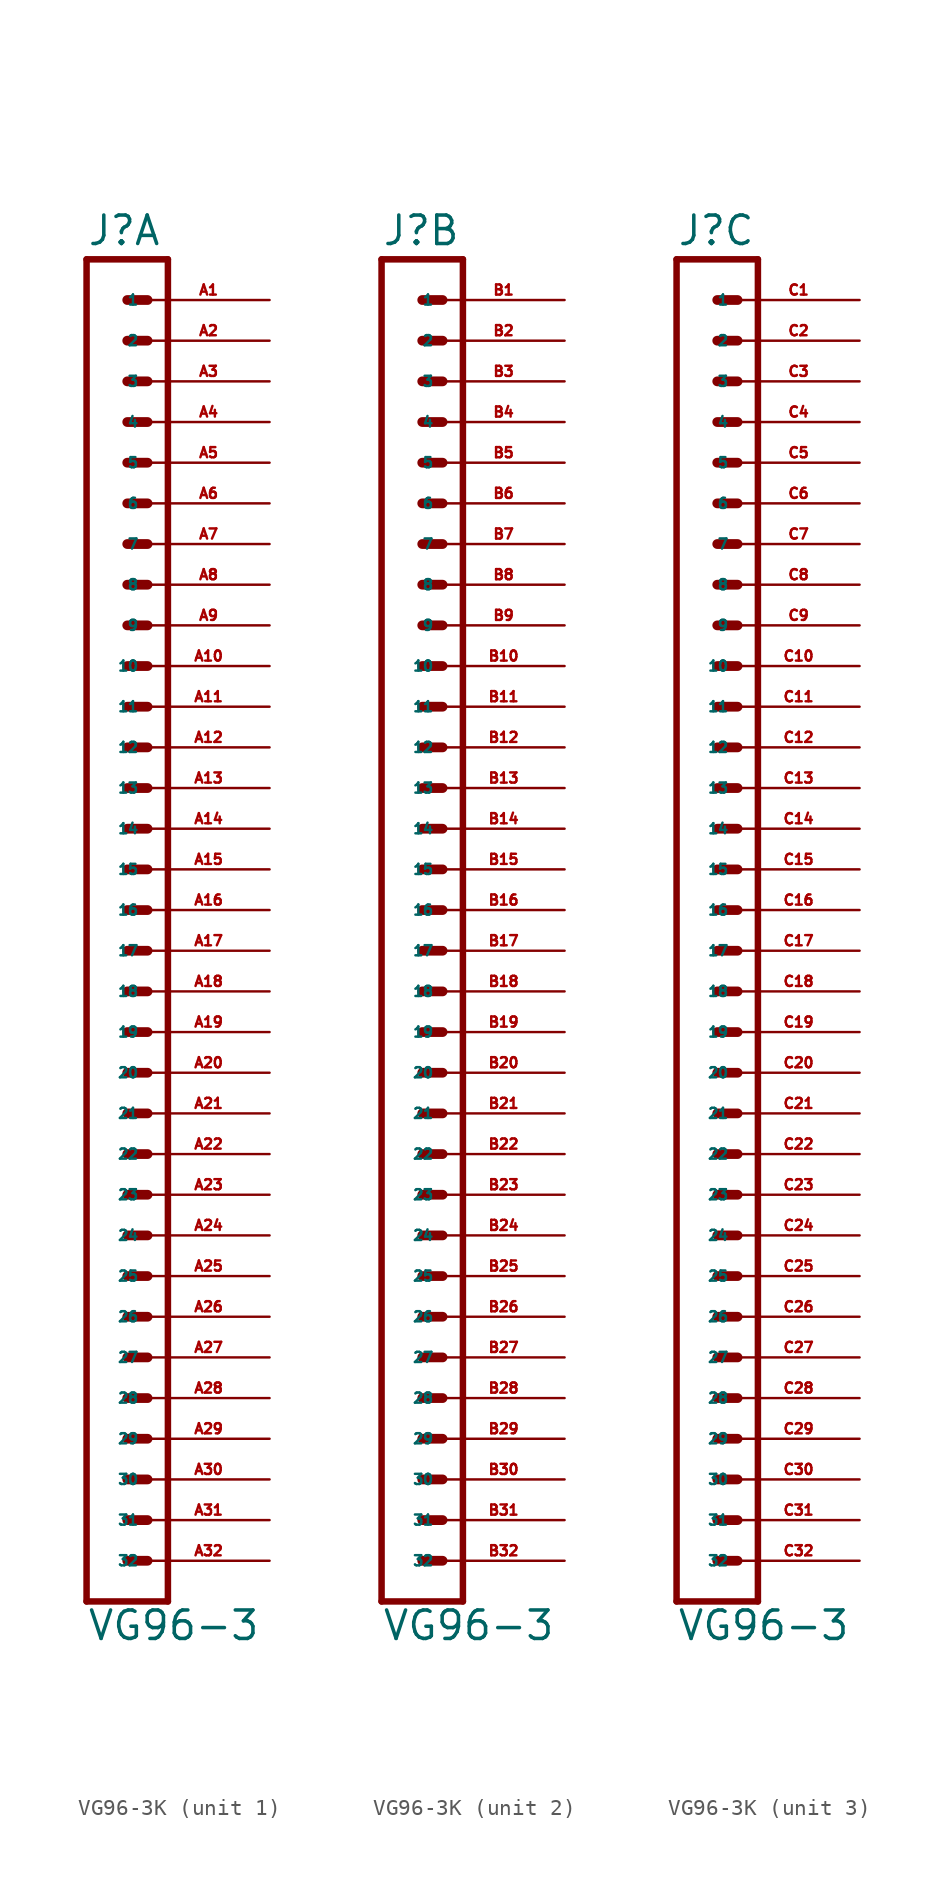
<source format=kicad_sym>
(kicad_symbol_lib
  (version 20220914)
  (generator Eagle2Kicad)
  (symbol "VG96-3K"
    (property "Reference" "J"
      (at -1.27 41.402 0)
      (effects (font (size 1.778 1.778) (thickness 0.22)) (justify left bottom)))
    (property "Value" "VG96-3"
      (at -1.27 -45.72 0)
      (effects (font (size 1.778 1.778) (thickness 0.22)) (justify left bottom)))
    (symbol "VG96-3K_1_0"
      (polyline (pts (xy 3.81 -43.18) (xy -1.27 -43.18)) (stroke (width 0.406) (type default)) (fill (type none)))
      (polyline (pts (xy -1.27 40.64) (xy -1.27 -43.18)) (stroke (width 0.406) (type default)) (fill (type none)))
      (polyline (pts (xy -1.27 40.64) (xy 3.81 40.64)) (stroke (width 0.406) (type default)) (fill (type none)))
      (polyline (pts (xy 3.81 -43.18) (xy 3.81 40.64)) (stroke (width 0.406) (type default)) (fill (type none)))
      (polyline (pts (xy 1.27 -40.64) (xy 2.54 -40.64)) (stroke (width 0.61) (type default)) (fill (type none)))
      (polyline (pts (xy 1.27 -38.1) (xy 2.54 -38.1)) (stroke (width 0.61) (type default)) (fill (type none)))
      (polyline (pts (xy 1.27 -35.56) (xy 2.54 -35.56)) (stroke (width 0.61) (type default)) (fill (type none)))
      (polyline (pts (xy 1.27 -33.02) (xy 2.54 -33.02)) (stroke (width 0.61) (type default)) (fill (type none)))
      (polyline (pts (xy 1.27 -30.48) (xy 2.54 -30.48)) (stroke (width 0.61) (type default)) (fill (type none)))
      (polyline (pts (xy 1.27 -27.94) (xy 2.54 -27.94)) (stroke (width 0.61) (type default)) (fill (type none)))
      (polyline (pts (xy 1.27 -25.4) (xy 2.54 -25.4)) (stroke (width 0.61) (type default)) (fill (type none)))
      (polyline (pts (xy 1.27 -22.86) (xy 2.54 -22.86)) (stroke (width 0.61) (type default)) (fill (type none)))
      (polyline (pts (xy 1.27 -20.32) (xy 2.54 -20.32)) (stroke (width 0.61) (type default)) (fill (type none)))
      (polyline (pts (xy 1.27 -17.78) (xy 2.54 -17.78)) (stroke (width 0.61) (type default)) (fill (type none)))
      (polyline (pts (xy 1.27 -15.24) (xy 2.54 -15.24)) (stroke (width 0.61) (type default)) (fill (type none)))
      (polyline (pts (xy 1.27 -12.7) (xy 2.54 -12.7)) (stroke (width 0.61) (type default)) (fill (type none)))
      (polyline (pts (xy 1.27 -10.16) (xy 2.54 -10.16)) (stroke (width 0.61) (type default)) (fill (type none)))
      (polyline (pts (xy 1.27 -7.62) (xy 2.54 -7.62)) (stroke (width 0.61) (type default)) (fill (type none)))
      (polyline (pts (xy 1.27 -5.08) (xy 2.54 -5.08)) (stroke (width 0.61) (type default)) (fill (type none)))
      (polyline (pts (xy 1.27 -2.54) (xy 2.54 -2.54)) (stroke (width 0.61) (type default)) (fill (type none)))
      (polyline (pts (xy 1.27 0) (xy 2.54 0)) (stroke (width 0.61) (type default)) (fill (type none)))
      (polyline (pts (xy 1.27 2.54) (xy 2.54 2.54)) (stroke (width 0.61) (type default)) (fill (type none)))
      (polyline (pts (xy 1.27 5.08) (xy 2.54 5.08)) (stroke (width 0.61) (type default)) (fill (type none)))
      (polyline (pts (xy 1.27 7.62) (xy 2.54 7.62)) (stroke (width 0.61) (type default)) (fill (type none)))
      (polyline (pts (xy 1.27 10.16) (xy 2.54 10.16)) (stroke (width 0.61) (type default)) (fill (type none)))
      (polyline (pts (xy 1.27 12.7) (xy 2.54 12.7)) (stroke (width 0.61) (type default)) (fill (type none)))
      (polyline (pts (xy 1.27 15.24) (xy 2.54 15.24)) (stroke (width 0.61) (type default)) (fill (type none)))
      (polyline (pts (xy 1.27 17.78) (xy 2.54 17.78)) (stroke (width 0.61) (type default)) (fill (type none)))
      (polyline (pts (xy 1.27 20.32) (xy 2.54 20.32)) (stroke (width 0.61) (type default)) (fill (type none)))
      (polyline (pts (xy 1.27 22.86) (xy 2.54 22.86)) (stroke (width 0.61) (type default)) (fill (type none)))
      (polyline (pts (xy 1.27 25.4) (xy 2.54 25.4)) (stroke (width 0.61) (type default)) (fill (type none)))
      (polyline (pts (xy 1.27 27.94) (xy 2.54 27.94)) (stroke (width 0.61) (type default)) (fill (type none)))
      (polyline (pts (xy 1.27 30.48) (xy 2.54 30.48)) (stroke (width 0.61) (type default)) (fill (type none)))
      (polyline (pts (xy 1.27 33.02) (xy 2.54 33.02)) (stroke (width 0.61) (type default)) (fill (type none)))
      (polyline (pts (xy 1.27 35.56) (xy 2.54 35.56)) (stroke (width 0.61) (type default)) (fill (type none)))
      (polyline (pts (xy 1.27 38.1) (xy 2.54 38.1)) (stroke (width 0.61) (type default)) (fill (type none)))
      (pin passive line (at 10.16 38.1 180) (length 7.62) (name "1" (effects (font (size 0.635 0.635) (thickness 0.08)) (justify left bottom))) (number "A1" (effects (font (size 0.635 0.635) (thickness 0.08)) (justify left bottom))))
      (pin passive line (at 10.16 35.56 180) (length 7.62) (name "2" (effects (font (size 0.635 0.635) (thickness 0.08)) (justify left bottom))) (number "A2" (effects (font (size 0.635 0.635) (thickness 0.08)) (justify left bottom))))
      (pin passive line (at 10.16 33.02 180) (length 7.62) (name "3" (effects (font (size 0.635 0.635) (thickness 0.08)) (justify left bottom))) (number "A3" (effects (font (size 0.635 0.635) (thickness 0.08)) (justify left bottom))))
      (pin passive line (at 10.16 30.48 180) (length 7.62) (name "4" (effects (font (size 0.635 0.635) (thickness 0.08)) (justify left bottom))) (number "A4" (effects (font (size 0.635 0.635) (thickness 0.08)) (justify left bottom))))
      (pin passive line (at 10.16 27.94 180) (length 7.62) (name "5" (effects (font (size 0.635 0.635) (thickness 0.08)) (justify left bottom))) (number "A5" (effects (font (size 0.635 0.635) (thickness 0.08)) (justify left bottom))))
      (pin passive line (at 10.16 25.4 180) (length 7.62) (name "6" (effects (font (size 0.635 0.635) (thickness 0.08)) (justify left bottom))) (number "A6" (effects (font (size 0.635 0.635) (thickness 0.08)) (justify left bottom))))
      (pin passive line (at 10.16 22.86 180) (length 7.62) (name "7" (effects (font (size 0.635 0.635) (thickness 0.08)) (justify left bottom))) (number "A7" (effects (font (size 0.635 0.635) (thickness 0.08)) (justify left bottom))))
      (pin passive line (at 10.16 20.32 180) (length 7.62) (name "8" (effects (font (size 0.635 0.635) (thickness 0.08)) (justify left bottom))) (number "A8" (effects (font (size 0.635 0.635) (thickness 0.08)) (justify left bottom))))
      (pin passive line (at 10.16 17.78 180) (length 7.62) (name "9" (effects (font (size 0.635 0.635) (thickness 0.08)) (justify left bottom))) (number "A9" (effects (font (size 0.635 0.635) (thickness 0.08)) (justify left bottom))))
      (pin passive line (at 10.16 15.24 180) (length 7.62) (name "10" (effects (font (size 0.635 0.635) (thickness 0.08)) (justify left bottom))) (number "A10" (effects (font (size 0.635 0.635) (thickness 0.08)) (justify left bottom))))
      (pin passive line (at 10.16 12.7 180) (length 7.62) (name "11" (effects (font (size 0.635 0.635) (thickness 0.08)) (justify left bottom))) (number "A11" (effects (font (size 0.635 0.635) (thickness 0.08)) (justify left bottom))))
      (pin passive line (at 10.16 10.16 180) (length 7.62) (name "12" (effects (font (size 0.635 0.635) (thickness 0.08)) (justify left bottom))) (number "A12" (effects (font (size 0.635 0.635) (thickness 0.08)) (justify left bottom))))
      (pin passive line (at 10.16 7.62 180) (length 7.62) (name "13" (effects (font (size 0.635 0.635) (thickness 0.08)) (justify left bottom))) (number "A13" (effects (font (size 0.635 0.635) (thickness 0.08)) (justify left bottom))))
      (pin passive line (at 10.16 5.08 180) (length 7.62) (name "14" (effects (font (size 0.635 0.635) (thickness 0.08)) (justify left bottom))) (number "A14" (effects (font (size 0.635 0.635) (thickness 0.08)) (justify left bottom))))
      (pin passive line (at 10.16 2.54 180) (length 7.62) (name "15" (effects (font (size 0.635 0.635) (thickness 0.08)) (justify left bottom))) (number "A15" (effects (font (size 0.635 0.635) (thickness 0.08)) (justify left bottom))))
      (pin passive line (at 10.16 0 180) (length 7.62) (name "16" (effects (font (size 0.635 0.635) (thickness 0.08)) (justify left bottom))) (number "A16" (effects (font (size 0.635 0.635) (thickness 0.08)) (justify left bottom))))
      (pin passive line (at 10.16 -2.54 180) (length 7.62) (name "17" (effects (font (size 0.635 0.635) (thickness 0.08)) (justify left bottom))) (number "A17" (effects (font (size 0.635 0.635) (thickness 0.08)) (justify left bottom))))
      (pin passive line (at 10.16 -5.08 180) (length 7.62) (name "18" (effects (font (size 0.635 0.635) (thickness 0.08)) (justify left bottom))) (number "A18" (effects (font (size 0.635 0.635) (thickness 0.08)) (justify left bottom))))
      (pin passive line (at 10.16 -7.62 180) (length 7.62) (name "19" (effects (font (size 0.635 0.635) (thickness 0.08)) (justify left bottom))) (number "A19" (effects (font (size 0.635 0.635) (thickness 0.08)) (justify left bottom))))
      (pin passive line (at 10.16 -10.16 180) (length 7.62) (name "20" (effects (font (size 0.635 0.635) (thickness 0.08)) (justify left bottom))) (number "A20" (effects (font (size 0.635 0.635) (thickness 0.08)) (justify left bottom))))
      (pin passive line (at 10.16 -12.7 180) (length 7.62) (name "21" (effects (font (size 0.635 0.635) (thickness 0.08)) (justify left bottom))) (number "A21" (effects (font (size 0.635 0.635) (thickness 0.08)) (justify left bottom))))
      (pin passive line (at 10.16 -15.24 180) (length 7.62) (name "22" (effects (font (size 0.635 0.635) (thickness 0.08)) (justify left bottom))) (number "A22" (effects (font (size 0.635 0.635) (thickness 0.08)) (justify left bottom))))
      (pin passive line (at 10.16 -17.78 180) (length 7.62) (name "23" (effects (font (size 0.635 0.635) (thickness 0.08)) (justify left bottom))) (number "A23" (effects (font (size 0.635 0.635) (thickness 0.08)) (justify left bottom))))
      (pin passive line (at 10.16 -20.32 180) (length 7.62) (name "24" (effects (font (size 0.635 0.635) (thickness 0.08)) (justify left bottom))) (number "A24" (effects (font (size 0.635 0.635) (thickness 0.08)) (justify left bottom))))
      (pin passive line (at 10.16 -22.86 180) (length 7.62) (name "25" (effects (font (size 0.635 0.635) (thickness 0.08)) (justify left bottom))) (number "A25" (effects (font (size 0.635 0.635) (thickness 0.08)) (justify left bottom))))
      (pin passive line (at 10.16 -25.4 180) (length 7.62) (name "26" (effects (font (size 0.635 0.635) (thickness 0.08)) (justify left bottom))) (number "A26" (effects (font (size 0.635 0.635) (thickness 0.08)) (justify left bottom))))
      (pin passive line (at 10.16 -27.94 180) (length 7.62) (name "27" (effects (font (size 0.635 0.635) (thickness 0.08)) (justify left bottom))) (number "A27" (effects (font (size 0.635 0.635) (thickness 0.08)) (justify left bottom))))
      (pin passive line (at 10.16 -30.48 180) (length 7.62) (name "28" (effects (font (size 0.635 0.635) (thickness 0.08)) (justify left bottom))) (number "A28" (effects (font (size 0.635 0.635) (thickness 0.08)) (justify left bottom))))
      (pin passive line (at 10.16 -33.02 180) (length 7.62) (name "29" (effects (font (size 0.635 0.635) (thickness 0.08)) (justify left bottom))) (number "A29" (effects (font (size 0.635 0.635) (thickness 0.08)) (justify left bottom))))
      (pin passive line (at 10.16 -35.56 180) (length 7.62) (name "30" (effects (font (size 0.635 0.635) (thickness 0.08)) (justify left bottom))) (number "A30" (effects (font (size 0.635 0.635) (thickness 0.08)) (justify left bottom))))
      (pin passive line (at 10.16 -38.1 180) (length 7.62) (name "31" (effects (font (size 0.635 0.635) (thickness 0.08)) (justify left bottom))) (number "A31" (effects (font (size 0.635 0.635) (thickness 0.08)) (justify left bottom))))
      (pin passive line (at 10.16 -40.64 180) (length 7.62) (name "32" (effects (font (size 0.635 0.635) (thickness 0.08)) (justify left bottom))) (number "A32" (effects (font (size 0.635 0.635) (thickness 0.08)) (justify left bottom)))))
    (symbol "VG96-3K_2_0"
      (polyline (pts (xy 3.81 -43.18) (xy -1.27 -43.18)) (stroke (width 0.406) (type default)) (fill (type none)))
      (polyline (pts (xy -1.27 40.64) (xy -1.27 -43.18)) (stroke (width 0.406) (type default)) (fill (type none)))
      (polyline (pts (xy -1.27 40.64) (xy 3.81 40.64)) (stroke (width 0.406) (type default)) (fill (type none)))
      (polyline (pts (xy 3.81 -43.18) (xy 3.81 40.64)) (stroke (width 0.406) (type default)) (fill (type none)))
      (polyline (pts (xy 1.27 -40.64) (xy 2.54 -40.64)) (stroke (width 0.61) (type default)) (fill (type none)))
      (polyline (pts (xy 1.27 -38.1) (xy 2.54 -38.1)) (stroke (width 0.61) (type default)) (fill (type none)))
      (polyline (pts (xy 1.27 -35.56) (xy 2.54 -35.56)) (stroke (width 0.61) (type default)) (fill (type none)))
      (polyline (pts (xy 1.27 -33.02) (xy 2.54 -33.02)) (stroke (width 0.61) (type default)) (fill (type none)))
      (polyline (pts (xy 1.27 -30.48) (xy 2.54 -30.48)) (stroke (width 0.61) (type default)) (fill (type none)))
      (polyline (pts (xy 1.27 -27.94) (xy 2.54 -27.94)) (stroke (width 0.61) (type default)) (fill (type none)))
      (polyline (pts (xy 1.27 -25.4) (xy 2.54 -25.4)) (stroke (width 0.61) (type default)) (fill (type none)))
      (polyline (pts (xy 1.27 -22.86) (xy 2.54 -22.86)) (stroke (width 0.61) (type default)) (fill (type none)))
      (polyline (pts (xy 1.27 -20.32) (xy 2.54 -20.32)) (stroke (width 0.61) (type default)) (fill (type none)))
      (polyline (pts (xy 1.27 -17.78) (xy 2.54 -17.78)) (stroke (width 0.61) (type default)) (fill (type none)))
      (polyline (pts (xy 1.27 -15.24) (xy 2.54 -15.24)) (stroke (width 0.61) (type default)) (fill (type none)))
      (polyline (pts (xy 1.27 -12.7) (xy 2.54 -12.7)) (stroke (width 0.61) (type default)) (fill (type none)))
      (polyline (pts (xy 1.27 -10.16) (xy 2.54 -10.16)) (stroke (width 0.61) (type default)) (fill (type none)))
      (polyline (pts (xy 1.27 -7.62) (xy 2.54 -7.62)) (stroke (width 0.61) (type default)) (fill (type none)))
      (polyline (pts (xy 1.27 -5.08) (xy 2.54 -5.08)) (stroke (width 0.61) (type default)) (fill (type none)))
      (polyline (pts (xy 1.27 -2.54) (xy 2.54 -2.54)) (stroke (width 0.61) (type default)) (fill (type none)))
      (polyline (pts (xy 1.27 0) (xy 2.54 0)) (stroke (width 0.61) (type default)) (fill (type none)))
      (polyline (pts (xy 1.27 2.54) (xy 2.54 2.54)) (stroke (width 0.61) (type default)) (fill (type none)))
      (polyline (pts (xy 1.27 5.08) (xy 2.54 5.08)) (stroke (width 0.61) (type default)) (fill (type none)))
      (polyline (pts (xy 1.27 7.62) (xy 2.54 7.62)) (stroke (width 0.61) (type default)) (fill (type none)))
      (polyline (pts (xy 1.27 10.16) (xy 2.54 10.16)) (stroke (width 0.61) (type default)) (fill (type none)))
      (polyline (pts (xy 1.27 12.7) (xy 2.54 12.7)) (stroke (width 0.61) (type default)) (fill (type none)))
      (polyline (pts (xy 1.27 15.24) (xy 2.54 15.24)) (stroke (width 0.61) (type default)) (fill (type none)))
      (polyline (pts (xy 1.27 17.78) (xy 2.54 17.78)) (stroke (width 0.61) (type default)) (fill (type none)))
      (polyline (pts (xy 1.27 20.32) (xy 2.54 20.32)) (stroke (width 0.61) (type default)) (fill (type none)))
      (polyline (pts (xy 1.27 22.86) (xy 2.54 22.86)) (stroke (width 0.61) (type default)) (fill (type none)))
      (polyline (pts (xy 1.27 25.4) (xy 2.54 25.4)) (stroke (width 0.61) (type default)) (fill (type none)))
      (polyline (pts (xy 1.27 27.94) (xy 2.54 27.94)) (stroke (width 0.61) (type default)) (fill (type none)))
      (polyline (pts (xy 1.27 30.48) (xy 2.54 30.48)) (stroke (width 0.61) (type default)) (fill (type none)))
      (polyline (pts (xy 1.27 33.02) (xy 2.54 33.02)) (stroke (width 0.61) (type default)) (fill (type none)))
      (polyline (pts (xy 1.27 35.56) (xy 2.54 35.56)) (stroke (width 0.61) (type default)) (fill (type none)))
      (polyline (pts (xy 1.27 38.1) (xy 2.54 38.1)) (stroke (width 0.61) (type default)) (fill (type none)))
      (pin passive line (at 10.16 38.1 180) (length 7.62) (name "1" (effects (font (size 0.635 0.635) (thickness 0.08)) (justify left bottom))) (number "B1" (effects (font (size 0.635 0.635) (thickness 0.08)) (justify left bottom))))
      (pin passive line (at 10.16 35.56 180) (length 7.62) (name "2" (effects (font (size 0.635 0.635) (thickness 0.08)) (justify left bottom))) (number "B2" (effects (font (size 0.635 0.635) (thickness 0.08)) (justify left bottom))))
      (pin passive line (at 10.16 33.02 180) (length 7.62) (name "3" (effects (font (size 0.635 0.635) (thickness 0.08)) (justify left bottom))) (number "B3" (effects (font (size 0.635 0.635) (thickness 0.08)) (justify left bottom))))
      (pin passive line (at 10.16 30.48 180) (length 7.62) (name "4" (effects (font (size 0.635 0.635) (thickness 0.08)) (justify left bottom))) (number "B4" (effects (font (size 0.635 0.635) (thickness 0.08)) (justify left bottom))))
      (pin passive line (at 10.16 27.94 180) (length 7.62) (name "5" (effects (font (size 0.635 0.635) (thickness 0.08)) (justify left bottom))) (number "B5" (effects (font (size 0.635 0.635) (thickness 0.08)) (justify left bottom))))
      (pin passive line (at 10.16 25.4 180) (length 7.62) (name "6" (effects (font (size 0.635 0.635) (thickness 0.08)) (justify left bottom))) (number "B6" (effects (font (size 0.635 0.635) (thickness 0.08)) (justify left bottom))))
      (pin passive line (at 10.16 22.86 180) (length 7.62) (name "7" (effects (font (size 0.635 0.635) (thickness 0.08)) (justify left bottom))) (number "B7" (effects (font (size 0.635 0.635) (thickness 0.08)) (justify left bottom))))
      (pin passive line (at 10.16 20.32 180) (length 7.62) (name "8" (effects (font (size 0.635 0.635) (thickness 0.08)) (justify left bottom))) (number "B8" (effects (font (size 0.635 0.635) (thickness 0.08)) (justify left bottom))))
      (pin passive line (at 10.16 17.78 180) (length 7.62) (name "9" (effects (font (size 0.635 0.635) (thickness 0.08)) (justify left bottom))) (number "B9" (effects (font (size 0.635 0.635) (thickness 0.08)) (justify left bottom))))
      (pin passive line (at 10.16 15.24 180) (length 7.62) (name "10" (effects (font (size 0.635 0.635) (thickness 0.08)) (justify left bottom))) (number "B10" (effects (font (size 0.635 0.635) (thickness 0.08)) (justify left bottom))))
      (pin passive line (at 10.16 12.7 180) (length 7.62) (name "11" (effects (font (size 0.635 0.635) (thickness 0.08)) (justify left bottom))) (number "B11" (effects (font (size 0.635 0.635) (thickness 0.08)) (justify left bottom))))
      (pin passive line (at 10.16 10.16 180) (length 7.62) (name "12" (effects (font (size 0.635 0.635) (thickness 0.08)) (justify left bottom))) (number "B12" (effects (font (size 0.635 0.635) (thickness 0.08)) (justify left bottom))))
      (pin passive line (at 10.16 7.62 180) (length 7.62) (name "13" (effects (font (size 0.635 0.635) (thickness 0.08)) (justify left bottom))) (number "B13" (effects (font (size 0.635 0.635) (thickness 0.08)) (justify left bottom))))
      (pin passive line (at 10.16 5.08 180) (length 7.62) (name "14" (effects (font (size 0.635 0.635) (thickness 0.08)) (justify left bottom))) (number "B14" (effects (font (size 0.635 0.635) (thickness 0.08)) (justify left bottom))))
      (pin passive line (at 10.16 2.54 180) (length 7.62) (name "15" (effects (font (size 0.635 0.635) (thickness 0.08)) (justify left bottom))) (number "B15" (effects (font (size 0.635 0.635) (thickness 0.08)) (justify left bottom))))
      (pin passive line (at 10.16 0 180) (length 7.62) (name "16" (effects (font (size 0.635 0.635) (thickness 0.08)) (justify left bottom))) (number "B16" (effects (font (size 0.635 0.635) (thickness 0.08)) (justify left bottom))))
      (pin passive line (at 10.16 -2.54 180) (length 7.62) (name "17" (effects (font (size 0.635 0.635) (thickness 0.08)) (justify left bottom))) (number "B17" (effects (font (size 0.635 0.635) (thickness 0.08)) (justify left bottom))))
      (pin passive line (at 10.16 -5.08 180) (length 7.62) (name "18" (effects (font (size 0.635 0.635) (thickness 0.08)) (justify left bottom))) (number "B18" (effects (font (size 0.635 0.635) (thickness 0.08)) (justify left bottom))))
      (pin passive line (at 10.16 -7.62 180) (length 7.62) (name "19" (effects (font (size 0.635 0.635) (thickness 0.08)) (justify left bottom))) (number "B19" (effects (font (size 0.635 0.635) (thickness 0.08)) (justify left bottom))))
      (pin passive line (at 10.16 -10.16 180) (length 7.62) (name "20" (effects (font (size 0.635 0.635) (thickness 0.08)) (justify left bottom))) (number "B20" (effects (font (size 0.635 0.635) (thickness 0.08)) (justify left bottom))))
      (pin passive line (at 10.16 -12.7 180) (length 7.62) (name "21" (effects (font (size 0.635 0.635) (thickness 0.08)) (justify left bottom))) (number "B21" (effects (font (size 0.635 0.635) (thickness 0.08)) (justify left bottom))))
      (pin passive line (at 10.16 -15.24 180) (length 7.62) (name "22" (effects (font (size 0.635 0.635) (thickness 0.08)) (justify left bottom))) (number "B22" (effects (font (size 0.635 0.635) (thickness 0.08)) (justify left bottom))))
      (pin passive line (at 10.16 -17.78 180) (length 7.62) (name "23" (effects (font (size 0.635 0.635) (thickness 0.08)) (justify left bottom))) (number "B23" (effects (font (size 0.635 0.635) (thickness 0.08)) (justify left bottom))))
      (pin passive line (at 10.16 -20.32 180) (length 7.62) (name "24" (effects (font (size 0.635 0.635) (thickness 0.08)) (justify left bottom))) (number "B24" (effects (font (size 0.635 0.635) (thickness 0.08)) (justify left bottom))))
      (pin passive line (at 10.16 -22.86 180) (length 7.62) (name "25" (effects (font (size 0.635 0.635) (thickness 0.08)) (justify left bottom))) (number "B25" (effects (font (size 0.635 0.635) (thickness 0.08)) (justify left bottom))))
      (pin passive line (at 10.16 -25.4 180) (length 7.62) (name "26" (effects (font (size 0.635 0.635) (thickness 0.08)) (justify left bottom))) (number "B26" (effects (font (size 0.635 0.635) (thickness 0.08)) (justify left bottom))))
      (pin passive line (at 10.16 -27.94 180) (length 7.62) (name "27" (effects (font (size 0.635 0.635) (thickness 0.08)) (justify left bottom))) (number "B27" (effects (font (size 0.635 0.635) (thickness 0.08)) (justify left bottom))))
      (pin passive line (at 10.16 -30.48 180) (length 7.62) (name "28" (effects (font (size 0.635 0.635) (thickness 0.08)) (justify left bottom))) (number "B28" (effects (font (size 0.635 0.635) (thickness 0.08)) (justify left bottom))))
      (pin passive line (at 10.16 -33.02 180) (length 7.62) (name "29" (effects (font (size 0.635 0.635) (thickness 0.08)) (justify left bottom))) (number "B29" (effects (font (size 0.635 0.635) (thickness 0.08)) (justify left bottom))))
      (pin passive line (at 10.16 -35.56 180) (length 7.62) (name "30" (effects (font (size 0.635 0.635) (thickness 0.08)) (justify left bottom))) (number "B30" (effects (font (size 0.635 0.635) (thickness 0.08)) (justify left bottom))))
      (pin passive line (at 10.16 -38.1 180) (length 7.62) (name "31" (effects (font (size 0.635 0.635) (thickness 0.08)) (justify left bottom))) (number "B31" (effects (font (size 0.635 0.635) (thickness 0.08)) (justify left bottom))))
      (pin passive line (at 10.16 -40.64 180) (length 7.62) (name "32" (effects (font (size 0.635 0.635) (thickness 0.08)) (justify left bottom))) (number "B32" (effects (font (size 0.635 0.635) (thickness 0.08)) (justify left bottom)))))
    (symbol "VG96-3K_3_0"
      (polyline (pts (xy 3.81 -43.18) (xy -1.27 -43.18)) (stroke (width 0.406) (type default)) (fill (type none)))
      (polyline (pts (xy -1.27 40.64) (xy -1.27 -43.18)) (stroke (width 0.406) (type default)) (fill (type none)))
      (polyline (pts (xy -1.27 40.64) (xy 3.81 40.64)) (stroke (width 0.406) (type default)) (fill (type none)))
      (polyline (pts (xy 3.81 -43.18) (xy 3.81 40.64)) (stroke (width 0.406) (type default)) (fill (type none)))
      (polyline (pts (xy 1.27 -40.64) (xy 2.54 -40.64)) (stroke (width 0.61) (type default)) (fill (type none)))
      (polyline (pts (xy 1.27 -38.1) (xy 2.54 -38.1)) (stroke (width 0.61) (type default)) (fill (type none)))
      (polyline (pts (xy 1.27 -35.56) (xy 2.54 -35.56)) (stroke (width 0.61) (type default)) (fill (type none)))
      (polyline (pts (xy 1.27 -33.02) (xy 2.54 -33.02)) (stroke (width 0.61) (type default)) (fill (type none)))
      (polyline (pts (xy 1.27 -30.48) (xy 2.54 -30.48)) (stroke (width 0.61) (type default)) (fill (type none)))
      (polyline (pts (xy 1.27 -27.94) (xy 2.54 -27.94)) (stroke (width 0.61) (type default)) (fill (type none)))
      (polyline (pts (xy 1.27 -25.4) (xy 2.54 -25.4)) (stroke (width 0.61) (type default)) (fill (type none)))
      (polyline (pts (xy 1.27 -22.86) (xy 2.54 -22.86)) (stroke (width 0.61) (type default)) (fill (type none)))
      (polyline (pts (xy 1.27 -20.32) (xy 2.54 -20.32)) (stroke (width 0.61) (type default)) (fill (type none)))
      (polyline (pts (xy 1.27 -17.78) (xy 2.54 -17.78)) (stroke (width 0.61) (type default)) (fill (type none)))
      (polyline (pts (xy 1.27 -15.24) (xy 2.54 -15.24)) (stroke (width 0.61) (type default)) (fill (type none)))
      (polyline (pts (xy 1.27 -12.7) (xy 2.54 -12.7)) (stroke (width 0.61) (type default)) (fill (type none)))
      (polyline (pts (xy 1.27 -10.16) (xy 2.54 -10.16)) (stroke (width 0.61) (type default)) (fill (type none)))
      (polyline (pts (xy 1.27 -7.62) (xy 2.54 -7.62)) (stroke (width 0.61) (type default)) (fill (type none)))
      (polyline (pts (xy 1.27 -5.08) (xy 2.54 -5.08)) (stroke (width 0.61) (type default)) (fill (type none)))
      (polyline (pts (xy 1.27 -2.54) (xy 2.54 -2.54)) (stroke (width 0.61) (type default)) (fill (type none)))
      (polyline (pts (xy 1.27 0) (xy 2.54 0)) (stroke (width 0.61) (type default)) (fill (type none)))
      (polyline (pts (xy 1.27 2.54) (xy 2.54 2.54)) (stroke (width 0.61) (type default)) (fill (type none)))
      (polyline (pts (xy 1.27 5.08) (xy 2.54 5.08)) (stroke (width 0.61) (type default)) (fill (type none)))
      (polyline (pts (xy 1.27 7.62) (xy 2.54 7.62)) (stroke (width 0.61) (type default)) (fill (type none)))
      (polyline (pts (xy 1.27 10.16) (xy 2.54 10.16)) (stroke (width 0.61) (type default)) (fill (type none)))
      (polyline (pts (xy 1.27 12.7) (xy 2.54 12.7)) (stroke (width 0.61) (type default)) (fill (type none)))
      (polyline (pts (xy 1.27 15.24) (xy 2.54 15.24)) (stroke (width 0.61) (type default)) (fill (type none)))
      (polyline (pts (xy 1.27 17.78) (xy 2.54 17.78)) (stroke (width 0.61) (type default)) (fill (type none)))
      (polyline (pts (xy 1.27 20.32) (xy 2.54 20.32)) (stroke (width 0.61) (type default)) (fill (type none)))
      (polyline (pts (xy 1.27 22.86) (xy 2.54 22.86)) (stroke (width 0.61) (type default)) (fill (type none)))
      (polyline (pts (xy 1.27 25.4) (xy 2.54 25.4)) (stroke (width 0.61) (type default)) (fill (type none)))
      (polyline (pts (xy 1.27 27.94) (xy 2.54 27.94)) (stroke (width 0.61) (type default)) (fill (type none)))
      (polyline (pts (xy 1.27 30.48) (xy 2.54 30.48)) (stroke (width 0.61) (type default)) (fill (type none)))
      (polyline (pts (xy 1.27 33.02) (xy 2.54 33.02)) (stroke (width 0.61) (type default)) (fill (type none)))
      (polyline (pts (xy 1.27 35.56) (xy 2.54 35.56)) (stroke (width 0.61) (type default)) (fill (type none)))
      (polyline (pts (xy 1.27 38.1) (xy 2.54 38.1)) (stroke (width 0.61) (type default)) (fill (type none)))
      (pin passive line (at 10.16 38.1 180) (length 7.62) (name "1" (effects (font (size 0.635 0.635) (thickness 0.08)) (justify left bottom))) (number "C1" (effects (font (size 0.635 0.635) (thickness 0.08)) (justify left bottom))))
      (pin passive line (at 10.16 35.56 180) (length 7.62) (name "2" (effects (font (size 0.635 0.635) (thickness 0.08)) (justify left bottom))) (number "C2" (effects (font (size 0.635 0.635) (thickness 0.08)) (justify left bottom))))
      (pin passive line (at 10.16 33.02 180) (length 7.62) (name "3" (effects (font (size 0.635 0.635) (thickness 0.08)) (justify left bottom))) (number "C3" (effects (font (size 0.635 0.635) (thickness 0.08)) (justify left bottom))))
      (pin passive line (at 10.16 30.48 180) (length 7.62) (name "4" (effects (font (size 0.635 0.635) (thickness 0.08)) (justify left bottom))) (number "C4" (effects (font (size 0.635 0.635) (thickness 0.08)) (justify left bottom))))
      (pin passive line (at 10.16 27.94 180) (length 7.62) (name "5" (effects (font (size 0.635 0.635) (thickness 0.08)) (justify left bottom))) (number "C5" (effects (font (size 0.635 0.635) (thickness 0.08)) (justify left bottom))))
      (pin passive line (at 10.16 25.4 180) (length 7.62) (name "6" (effects (font (size 0.635 0.635) (thickness 0.08)) (justify left bottom))) (number "C6" (effects (font (size 0.635 0.635) (thickness 0.08)) (justify left bottom))))
      (pin passive line (at 10.16 22.86 180) (length 7.62) (name "7" (effects (font (size 0.635 0.635) (thickness 0.08)) (justify left bottom))) (number "C7" (effects (font (size 0.635 0.635) (thickness 0.08)) (justify left bottom))))
      (pin passive line (at 10.16 20.32 180) (length 7.62) (name "8" (effects (font (size 0.635 0.635) (thickness 0.08)) (justify left bottom))) (number "C8" (effects (font (size 0.635 0.635) (thickness 0.08)) (justify left bottom))))
      (pin passive line (at 10.16 17.78 180) (length 7.62) (name "9" (effects (font (size 0.635 0.635) (thickness 0.08)) (justify left bottom))) (number "C9" (effects (font (size 0.635 0.635) (thickness 0.08)) (justify left bottom))))
      (pin passive line (at 10.16 15.24 180) (length 7.62) (name "10" (effects (font (size 0.635 0.635) (thickness 0.08)) (justify left bottom))) (number "C10" (effects (font (size 0.635 0.635) (thickness 0.08)) (justify left bottom))))
      (pin passive line (at 10.16 12.7 180) (length 7.62) (name "11" (effects (font (size 0.635 0.635) (thickness 0.08)) (justify left bottom))) (number "C11" (effects (font (size 0.635 0.635) (thickness 0.08)) (justify left bottom))))
      (pin passive line (at 10.16 10.16 180) (length 7.62) (name "12" (effects (font (size 0.635 0.635) (thickness 0.08)) (justify left bottom))) (number "C12" (effects (font (size 0.635 0.635) (thickness 0.08)) (justify left bottom))))
      (pin passive line (at 10.16 7.62 180) (length 7.62) (name "13" (effects (font (size 0.635 0.635) (thickness 0.08)) (justify left bottom))) (number "C13" (effects (font (size 0.635 0.635) (thickness 0.08)) (justify left bottom))))
      (pin passive line (at 10.16 5.08 180) (length 7.62) (name "14" (effects (font (size 0.635 0.635) (thickness 0.08)) (justify left bottom))) (number "C14" (effects (font (size 0.635 0.635) (thickness 0.08)) (justify left bottom))))
      (pin passive line (at 10.16 2.54 180) (length 7.62) (name "15" (effects (font (size 0.635 0.635) (thickness 0.08)) (justify left bottom))) (number "C15" (effects (font (size 0.635 0.635) (thickness 0.08)) (justify left bottom))))
      (pin passive line (at 10.16 0 180) (length 7.62) (name "16" (effects (font (size 0.635 0.635) (thickness 0.08)) (justify left bottom))) (number "C16" (effects (font (size 0.635 0.635) (thickness 0.08)) (justify left bottom))))
      (pin passive line (at 10.16 -2.54 180) (length 7.62) (name "17" (effects (font (size 0.635 0.635) (thickness 0.08)) (justify left bottom))) (number "C17" (effects (font (size 0.635 0.635) (thickness 0.08)) (justify left bottom))))
      (pin passive line (at 10.16 -5.08 180) (length 7.62) (name "18" (effects (font (size 0.635 0.635) (thickness 0.08)) (justify left bottom))) (number "C18" (effects (font (size 0.635 0.635) (thickness 0.08)) (justify left bottom))))
      (pin passive line (at 10.16 -7.62 180) (length 7.62) (name "19" (effects (font (size 0.635 0.635) (thickness 0.08)) (justify left bottom))) (number "C19" (effects (font (size 0.635 0.635) (thickness 0.08)) (justify left bottom))))
      (pin passive line (at 10.16 -10.16 180) (length 7.62) (name "20" (effects (font (size 0.635 0.635) (thickness 0.08)) (justify left bottom))) (number "C20" (effects (font (size 0.635 0.635) (thickness 0.08)) (justify left bottom))))
      (pin passive line (at 10.16 -12.7 180) (length 7.62) (name "21" (effects (font (size 0.635 0.635) (thickness 0.08)) (justify left bottom))) (number "C21" (effects (font (size 0.635 0.635) (thickness 0.08)) (justify left bottom))))
      (pin passive line (at 10.16 -15.24 180) (length 7.62) (name "22" (effects (font (size 0.635 0.635) (thickness 0.08)) (justify left bottom))) (number "C22" (effects (font (size 0.635 0.635) (thickness 0.08)) (justify left bottom))))
      (pin passive line (at 10.16 -17.78 180) (length 7.62) (name "23" (effects (font (size 0.635 0.635) (thickness 0.08)) (justify left bottom))) (number "C23" (effects (font (size 0.635 0.635) (thickness 0.08)) (justify left bottom))))
      (pin passive line (at 10.16 -20.32 180) (length 7.62) (name "24" (effects (font (size 0.635 0.635) (thickness 0.08)) (justify left bottom))) (number "C24" (effects (font (size 0.635 0.635) (thickness 0.08)) (justify left bottom))))
      (pin passive line (at 10.16 -22.86 180) (length 7.62) (name "25" (effects (font (size 0.635 0.635) (thickness 0.08)) (justify left bottom))) (number "C25" (effects (font (size 0.635 0.635) (thickness 0.08)) (justify left bottom))))
      (pin passive line (at 10.16 -25.4 180) (length 7.62) (name "26" (effects (font (size 0.635 0.635) (thickness 0.08)) (justify left bottom))) (number "C26" (effects (font (size 0.635 0.635) (thickness 0.08)) (justify left bottom))))
      (pin passive line (at 10.16 -27.94 180) (length 7.62) (name "27" (effects (font (size 0.635 0.635) (thickness 0.08)) (justify left bottom))) (number "C27" (effects (font (size 0.635 0.635) (thickness 0.08)) (justify left bottom))))
      (pin passive line (at 10.16 -30.48 180) (length 7.62) (name "28" (effects (font (size 0.635 0.635) (thickness 0.08)) (justify left bottom))) (number "C28" (effects (font (size 0.635 0.635) (thickness 0.08)) (justify left bottom))))
      (pin passive line (at 10.16 -33.02 180) (length 7.62) (name "29" (effects (font (size 0.635 0.635) (thickness 0.08)) (justify left bottom))) (number "C29" (effects (font (size 0.635 0.635) (thickness 0.08)) (justify left bottom))))
      (pin passive line (at 10.16 -35.56 180) (length 7.62) (name "30" (effects (font (size 0.635 0.635) (thickness 0.08)) (justify left bottom))) (number "C30" (effects (font (size 0.635 0.635) (thickness 0.08)) (justify left bottom))))
      (pin passive line (at 10.16 -38.1 180) (length 7.62) (name "31" (effects (font (size 0.635 0.635) (thickness 0.08)) (justify left bottom))) (number "C31" (effects (font (size 0.635 0.635) (thickness 0.08)) (justify left bottom))))
      (pin passive line (at 10.16 -40.64 180) (length 7.62) (name "32" (effects (font (size 0.635 0.635) (thickness 0.08)) (justify left bottom))) (number "C32" (effects (font (size 0.635 0.635) (thickness 0.08)) (justify left bottom)))))))
</source>
